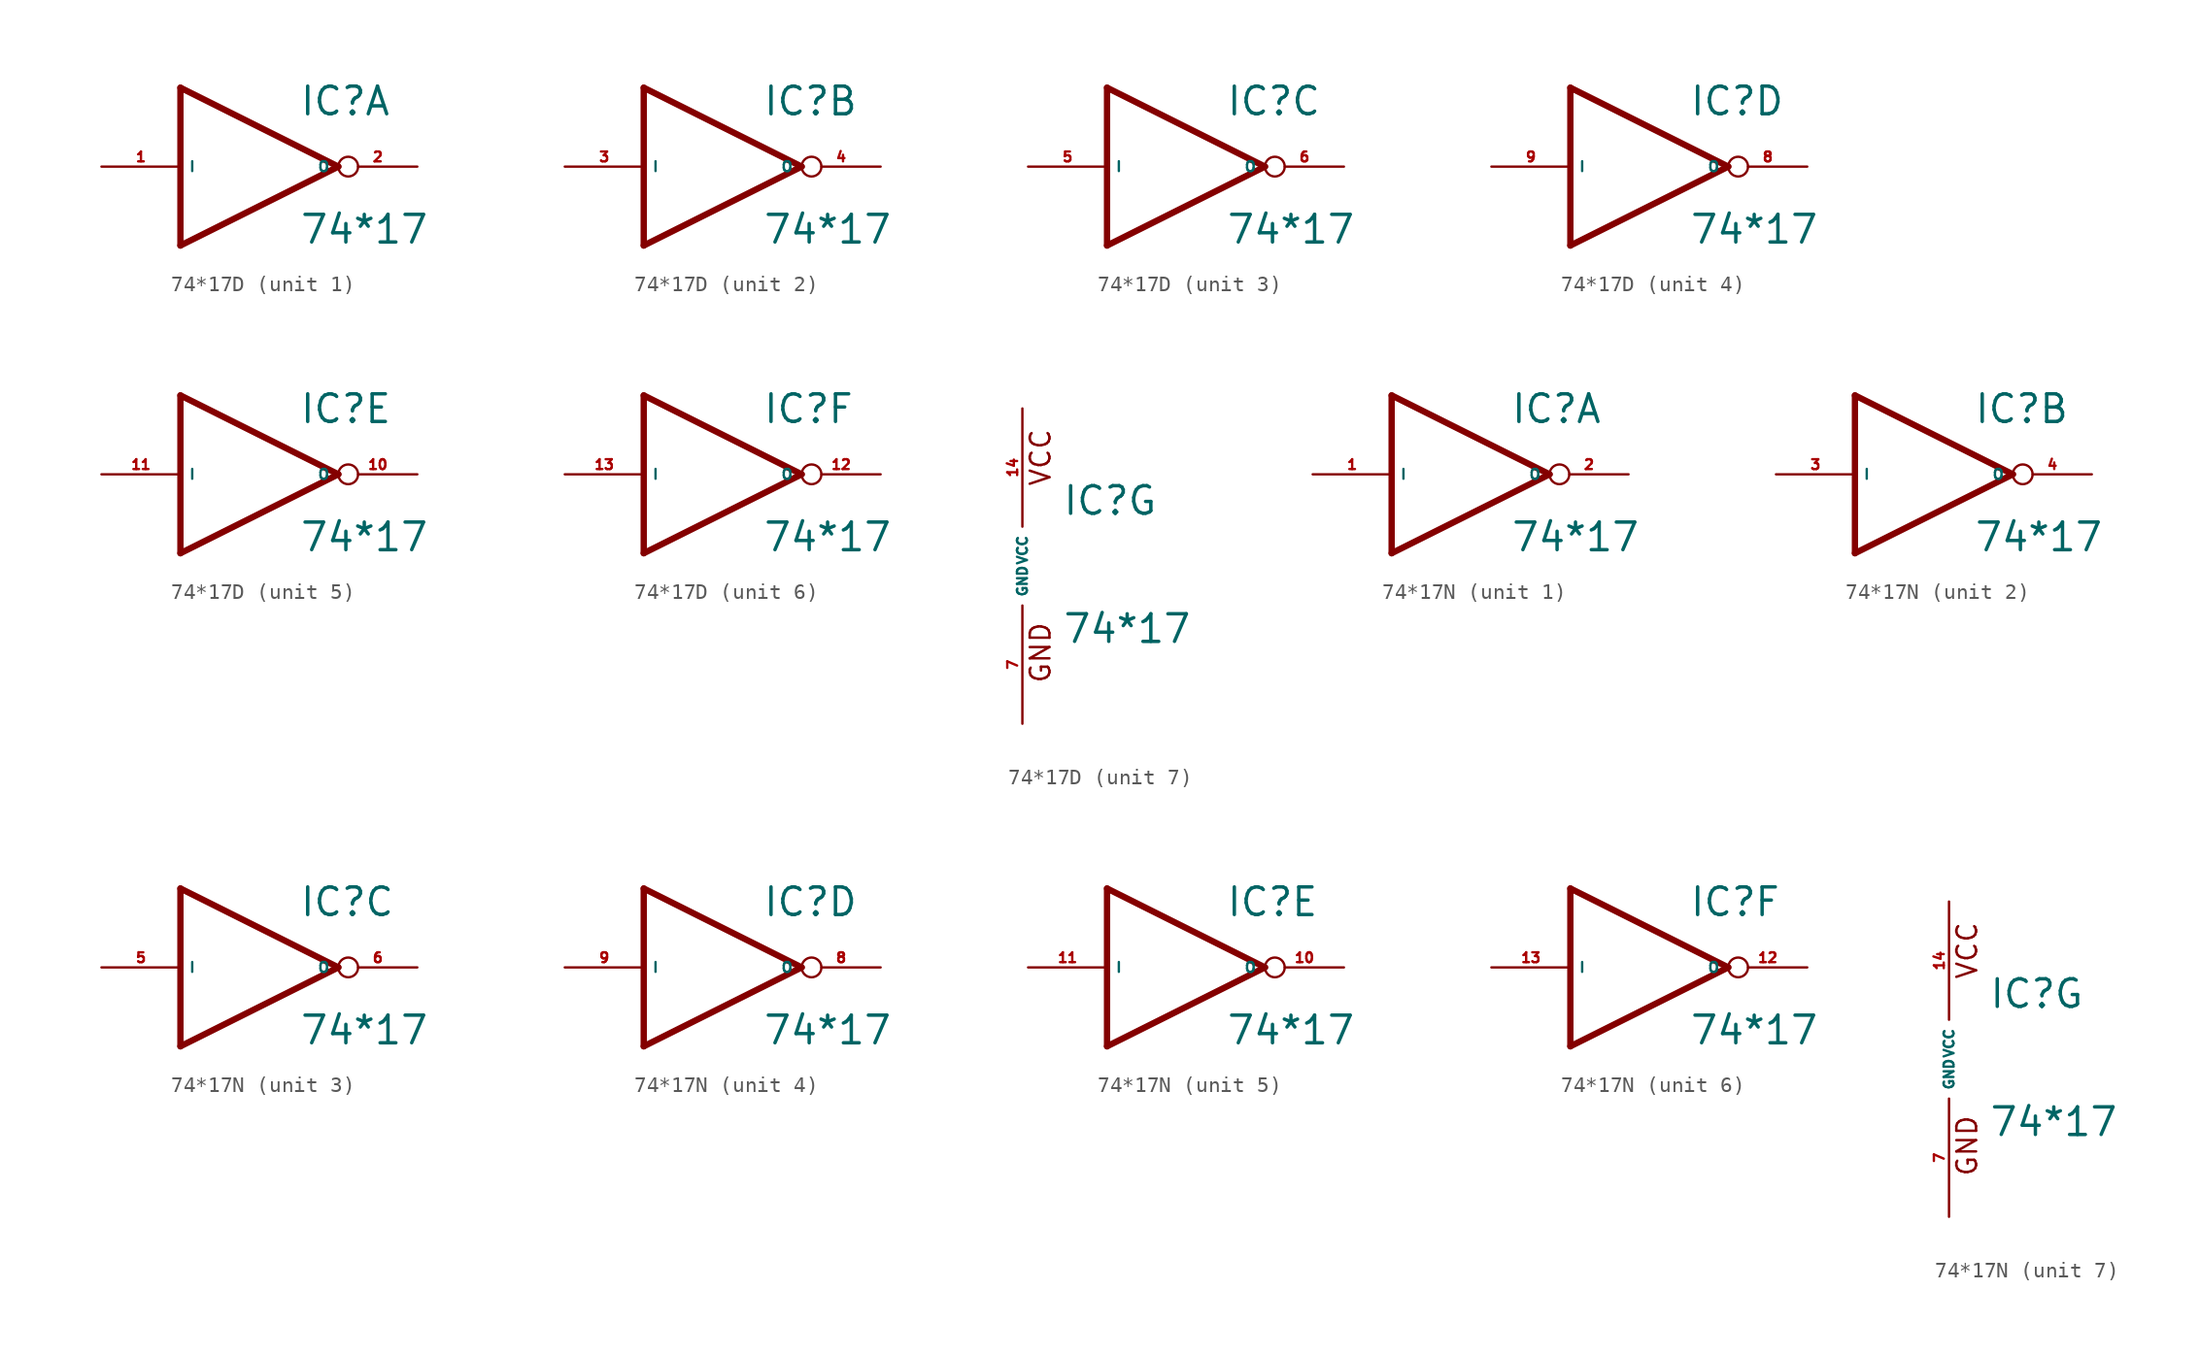
<source format=kicad_sym>
(kicad_symbol_lib
  (version 20220914)
  (generator Eagle2Kicad)
  (symbol "74*17D"
    (property "Reference" "IC"
      (at 2.54 3.175 0)
      (effects (font (size 1.778 1.778) (thickness 0.22)) (justify left bottom)))
    (property "Value" "74*17"
      (at 2.54 -5.08 0)
      (effects (font (size 1.778 1.778) (thickness 0.22)) (justify left bottom)))
    (symbol "74*17D_1_0"
      (polyline (pts (xy -5.08 5.08) (xy 5.08 0)) (stroke (width 0.406) (type default)) (fill (type none)))
      (polyline (pts (xy 5.08 0) (xy -5.08 -5.08)) (stroke (width 0.406) (type default)) (fill (type none)))
      (polyline (pts (xy -5.08 -5.08) (xy -5.08 5.08)) (stroke (width 0.406) (type default)) (fill (type none)))
      (pin input line (at -10.16 0 0) (length 5.08) (name "I" (effects (font (size 0.635 0.635) (thickness 0.08)) (justify left bottom))) (number "1" (effects (font (size 0.635 0.635) (thickness 0.08)) (justify left bottom))))
      (pin open_collector inverted (at 10.16 0 180) (length 5.08) (name "O" (effects (font (size 0.635 0.635) (thickness 0.08)) (justify left bottom))) (number "2" (effects (font (size 0.635 0.635) (thickness 0.08)) (justify left bottom)))))
    (symbol "74*17D_2_0"
      (polyline (pts (xy -5.08 5.08) (xy 5.08 0)) (stroke (width 0.406) (type default)) (fill (type none)))
      (polyline (pts (xy 5.08 0) (xy -5.08 -5.08)) (stroke (width 0.406) (type default)) (fill (type none)))
      (polyline (pts (xy -5.08 -5.08) (xy -5.08 5.08)) (stroke (width 0.406) (type default)) (fill (type none)))
      (pin input line (at -10.16 0 0) (length 5.08) (name "I" (effects (font (size 0.635 0.635) (thickness 0.08)) (justify left bottom))) (number "3" (effects (font (size 0.635 0.635) (thickness 0.08)) (justify left bottom))))
      (pin open_collector inverted (at 10.16 0 180) (length 5.08) (name "O" (effects (font (size 0.635 0.635) (thickness 0.08)) (justify left bottom))) (number "4" (effects (font (size 0.635 0.635) (thickness 0.08)) (justify left bottom)))))
    (symbol "74*17D_3_0"
      (polyline (pts (xy -5.08 5.08) (xy 5.08 0)) (stroke (width 0.406) (type default)) (fill (type none)))
      (polyline (pts (xy 5.08 0) (xy -5.08 -5.08)) (stroke (width 0.406) (type default)) (fill (type none)))
      (polyline (pts (xy -5.08 -5.08) (xy -5.08 5.08)) (stroke (width 0.406) (type default)) (fill (type none)))
      (pin input line (at -10.16 0 0) (length 5.08) (name "I" (effects (font (size 0.635 0.635) (thickness 0.08)) (justify left bottom))) (number "5" (effects (font (size 0.635 0.635) (thickness 0.08)) (justify left bottom))))
      (pin open_collector inverted (at 10.16 0 180) (length 5.08) (name "O" (effects (font (size 0.635 0.635) (thickness 0.08)) (justify left bottom))) (number "6" (effects (font (size 0.635 0.635) (thickness 0.08)) (justify left bottom)))))
    (symbol "74*17D_4_0"
      (polyline (pts (xy -5.08 5.08) (xy 5.08 0)) (stroke (width 0.406) (type default)) (fill (type none)))
      (polyline (pts (xy 5.08 0) (xy -5.08 -5.08)) (stroke (width 0.406) (type default)) (fill (type none)))
      (polyline (pts (xy -5.08 -5.08) (xy -5.08 5.08)) (stroke (width 0.406) (type default)) (fill (type none)))
      (pin input line (at -10.16 0 0) (length 5.08) (name "I" (effects (font (size 0.635 0.635) (thickness 0.08)) (justify left bottom))) (number "9" (effects (font (size 0.635 0.635) (thickness 0.08)) (justify left bottom))))
      (pin open_collector inverted (at 10.16 0 180) (length 5.08) (name "O" (effects (font (size 0.635 0.635) (thickness 0.08)) (justify left bottom))) (number "8" (effects (font (size 0.635 0.635) (thickness 0.08)) (justify left bottom)))))
    (symbol "74*17D_5_0"
      (polyline (pts (xy -5.08 5.08) (xy 5.08 0)) (stroke (width 0.406) (type default)) (fill (type none)))
      (polyline (pts (xy 5.08 0) (xy -5.08 -5.08)) (stroke (width 0.406) (type default)) (fill (type none)))
      (polyline (pts (xy -5.08 -5.08) (xy -5.08 5.08)) (stroke (width 0.406) (type default)) (fill (type none)))
      (pin input line (at -10.16 0 0) (length 5.08) (name "I" (effects (font (size 0.635 0.635) (thickness 0.08)) (justify left bottom))) (number "11" (effects (font (size 0.635 0.635) (thickness 0.08)) (justify left bottom))))
      (pin open_collector inverted (at 10.16 0 180) (length 5.08) (name "O" (effects (font (size 0.635 0.635) (thickness 0.08)) (justify left bottom))) (number "10" (effects (font (size 0.635 0.635) (thickness 0.08)) (justify left bottom)))))
    (symbol "74*17D_6_0"
      (polyline (pts (xy -5.08 5.08) (xy 5.08 0)) (stroke (width 0.406) (type default)) (fill (type none)))
      (polyline (pts (xy 5.08 0) (xy -5.08 -5.08)) (stroke (width 0.406) (type default)) (fill (type none)))
      (polyline (pts (xy -5.08 -5.08) (xy -5.08 5.08)) (stroke (width 0.406) (type default)) (fill (type none)))
      (pin input line (at -10.16 0 0) (length 5.08) (name "I" (effects (font (size 0.635 0.635) (thickness 0.08)) (justify left bottom))) (number "13" (effects (font (size 0.635 0.635) (thickness 0.08)) (justify left bottom))))
      (pin open_collector inverted (at 10.16 0 180) (length 5.08) (name "O" (effects (font (size 0.635 0.635) (thickness 0.08)) (justify left bottom))) (number "12" (effects (font (size 0.635 0.635) (thickness 0.08)) (justify left bottom)))))
    (symbol "74*17D_7_0"
      (text "GND" (at 1.905 -7.62 900) (effects (font (size 1.27 1.27) (thickness 0.16)) (justify left bottom)))
      (text "VCC" (at 1.905 5.08 900) (effects (font (size 1.27 1.27) (thickness 0.16)) (justify left bottom)))
      (pin unspecified line (at 0 -10.16 90) (length 7.62) (name "GND" (effects (font (size 0.635 0.635) (thickness 0.08)) (justify left bottom))) (number "7" (effects (font (size 0.635 0.635) (thickness 0.08)) (justify left bottom))))
      (pin unspecified line (at 0 10.16 270) (length 7.62) (name "VCC" (effects (font (size 0.635 0.635) (thickness 0.08)) (justify left bottom))) (number "14" (effects (font (size 0.635 0.635) (thickness 0.08)) (justify left bottom))))))
  (symbol "74*17N"
    (property "Reference" "IC"
      (at 2.54 3.175 0)
      (effects (font (size 1.778 1.778) (thickness 0.22)) (justify left bottom)))
    (property "Value" "74*17"
      (at 2.54 -5.08 0)
      (effects (font (size 1.778 1.778) (thickness 0.22)) (justify left bottom)))
    (symbol "74*17N_1_0"
      (polyline (pts (xy -5.08 5.08) (xy 5.08 0)) (stroke (width 0.406) (type default)) (fill (type none)))
      (polyline (pts (xy 5.08 0) (xy -5.08 -5.08)) (stroke (width 0.406) (type default)) (fill (type none)))
      (polyline (pts (xy -5.08 -5.08) (xy -5.08 5.08)) (stroke (width 0.406) (type default)) (fill (type none)))
      (pin input line (at -10.16 0 0) (length 5.08) (name "I" (effects (font (size 0.635 0.635) (thickness 0.08)) (justify left bottom))) (number "1" (effects (font (size 0.635 0.635) (thickness 0.08)) (justify left bottom))))
      (pin open_collector inverted (at 10.16 0 180) (length 5.08) (name "O" (effects (font (size 0.635 0.635) (thickness 0.08)) (justify left bottom))) (number "2" (effects (font (size 0.635 0.635) (thickness 0.08)) (justify left bottom)))))
    (symbol "74*17N_2_0"
      (polyline (pts (xy -5.08 5.08) (xy 5.08 0)) (stroke (width 0.406) (type default)) (fill (type none)))
      (polyline (pts (xy 5.08 0) (xy -5.08 -5.08)) (stroke (width 0.406) (type default)) (fill (type none)))
      (polyline (pts (xy -5.08 -5.08) (xy -5.08 5.08)) (stroke (width 0.406) (type default)) (fill (type none)))
      (pin input line (at -10.16 0 0) (length 5.08) (name "I" (effects (font (size 0.635 0.635) (thickness 0.08)) (justify left bottom))) (number "3" (effects (font (size 0.635 0.635) (thickness 0.08)) (justify left bottom))))
      (pin open_collector inverted (at 10.16 0 180) (length 5.08) (name "O" (effects (font (size 0.635 0.635) (thickness 0.08)) (justify left bottom))) (number "4" (effects (font (size 0.635 0.635) (thickness 0.08)) (justify left bottom)))))
    (symbol "74*17N_3_0"
      (polyline (pts (xy -5.08 5.08) (xy 5.08 0)) (stroke (width 0.406) (type default)) (fill (type none)))
      (polyline (pts (xy 5.08 0) (xy -5.08 -5.08)) (stroke (width 0.406) (type default)) (fill (type none)))
      (polyline (pts (xy -5.08 -5.08) (xy -5.08 5.08)) (stroke (width 0.406) (type default)) (fill (type none)))
      (pin input line (at -10.16 0 0) (length 5.08) (name "I" (effects (font (size 0.635 0.635) (thickness 0.08)) (justify left bottom))) (number "5" (effects (font (size 0.635 0.635) (thickness 0.08)) (justify left bottom))))
      (pin open_collector inverted (at 10.16 0 180) (length 5.08) (name "O" (effects (font (size 0.635 0.635) (thickness 0.08)) (justify left bottom))) (number "6" (effects (font (size 0.635 0.635) (thickness 0.08)) (justify left bottom)))))
    (symbol "74*17N_4_0"
      (polyline (pts (xy -5.08 5.08) (xy 5.08 0)) (stroke (width 0.406) (type default)) (fill (type none)))
      (polyline (pts (xy 5.08 0) (xy -5.08 -5.08)) (stroke (width 0.406) (type default)) (fill (type none)))
      (polyline (pts (xy -5.08 -5.08) (xy -5.08 5.08)) (stroke (width 0.406) (type default)) (fill (type none)))
      (pin input line (at -10.16 0 0) (length 5.08) (name "I" (effects (font (size 0.635 0.635) (thickness 0.08)) (justify left bottom))) (number "9" (effects (font (size 0.635 0.635) (thickness 0.08)) (justify left bottom))))
      (pin open_collector inverted (at 10.16 0 180) (length 5.08) (name "O" (effects (font (size 0.635 0.635) (thickness 0.08)) (justify left bottom))) (number "8" (effects (font (size 0.635 0.635) (thickness 0.08)) (justify left bottom)))))
    (symbol "74*17N_5_0"
      (polyline (pts (xy -5.08 5.08) (xy 5.08 0)) (stroke (width 0.406) (type default)) (fill (type none)))
      (polyline (pts (xy 5.08 0) (xy -5.08 -5.08)) (stroke (width 0.406) (type default)) (fill (type none)))
      (polyline (pts (xy -5.08 -5.08) (xy -5.08 5.08)) (stroke (width 0.406) (type default)) (fill (type none)))
      (pin input line (at -10.16 0 0) (length 5.08) (name "I" (effects (font (size 0.635 0.635) (thickness 0.08)) (justify left bottom))) (number "11" (effects (font (size 0.635 0.635) (thickness 0.08)) (justify left bottom))))
      (pin open_collector inverted (at 10.16 0 180) (length 5.08) (name "O" (effects (font (size 0.635 0.635) (thickness 0.08)) (justify left bottom))) (number "10" (effects (font (size 0.635 0.635) (thickness 0.08)) (justify left bottom)))))
    (symbol "74*17N_6_0"
      (polyline (pts (xy -5.08 5.08) (xy 5.08 0)) (stroke (width 0.406) (type default)) (fill (type none)))
      (polyline (pts (xy 5.08 0) (xy -5.08 -5.08)) (stroke (width 0.406) (type default)) (fill (type none)))
      (polyline (pts (xy -5.08 -5.08) (xy -5.08 5.08)) (stroke (width 0.406) (type default)) (fill (type none)))
      (pin input line (at -10.16 0 0) (length 5.08) (name "I" (effects (font (size 0.635 0.635) (thickness 0.08)) (justify left bottom))) (number "13" (effects (font (size 0.635 0.635) (thickness 0.08)) (justify left bottom))))
      (pin open_collector inverted (at 10.16 0 180) (length 5.08) (name "O" (effects (font (size 0.635 0.635) (thickness 0.08)) (justify left bottom))) (number "12" (effects (font (size 0.635 0.635) (thickness 0.08)) (justify left bottom)))))
    (symbol "74*17N_7_0"
      (text "GND" (at 1.905 -7.62 900) (effects (font (size 1.27 1.27) (thickness 0.16)) (justify left bottom)))
      (text "VCC" (at 1.905 5.08 900) (effects (font (size 1.27 1.27) (thickness 0.16)) (justify left bottom)))
      (pin unspecified line (at 0 -10.16 90) (length 7.62) (name "GND" (effects (font (size 0.635 0.635) (thickness 0.08)) (justify left bottom))) (number "7" (effects (font (size 0.635 0.635) (thickness 0.08)) (justify left bottom))))
      (pin unspecified line (at 0 10.16 270) (length 7.62) (name "VCC" (effects (font (size 0.635 0.635) (thickness 0.08)) (justify left bottom))) (number "14" (effects (font (size 0.635 0.635) (thickness 0.08)) (justify left bottom)))))))
</source>
